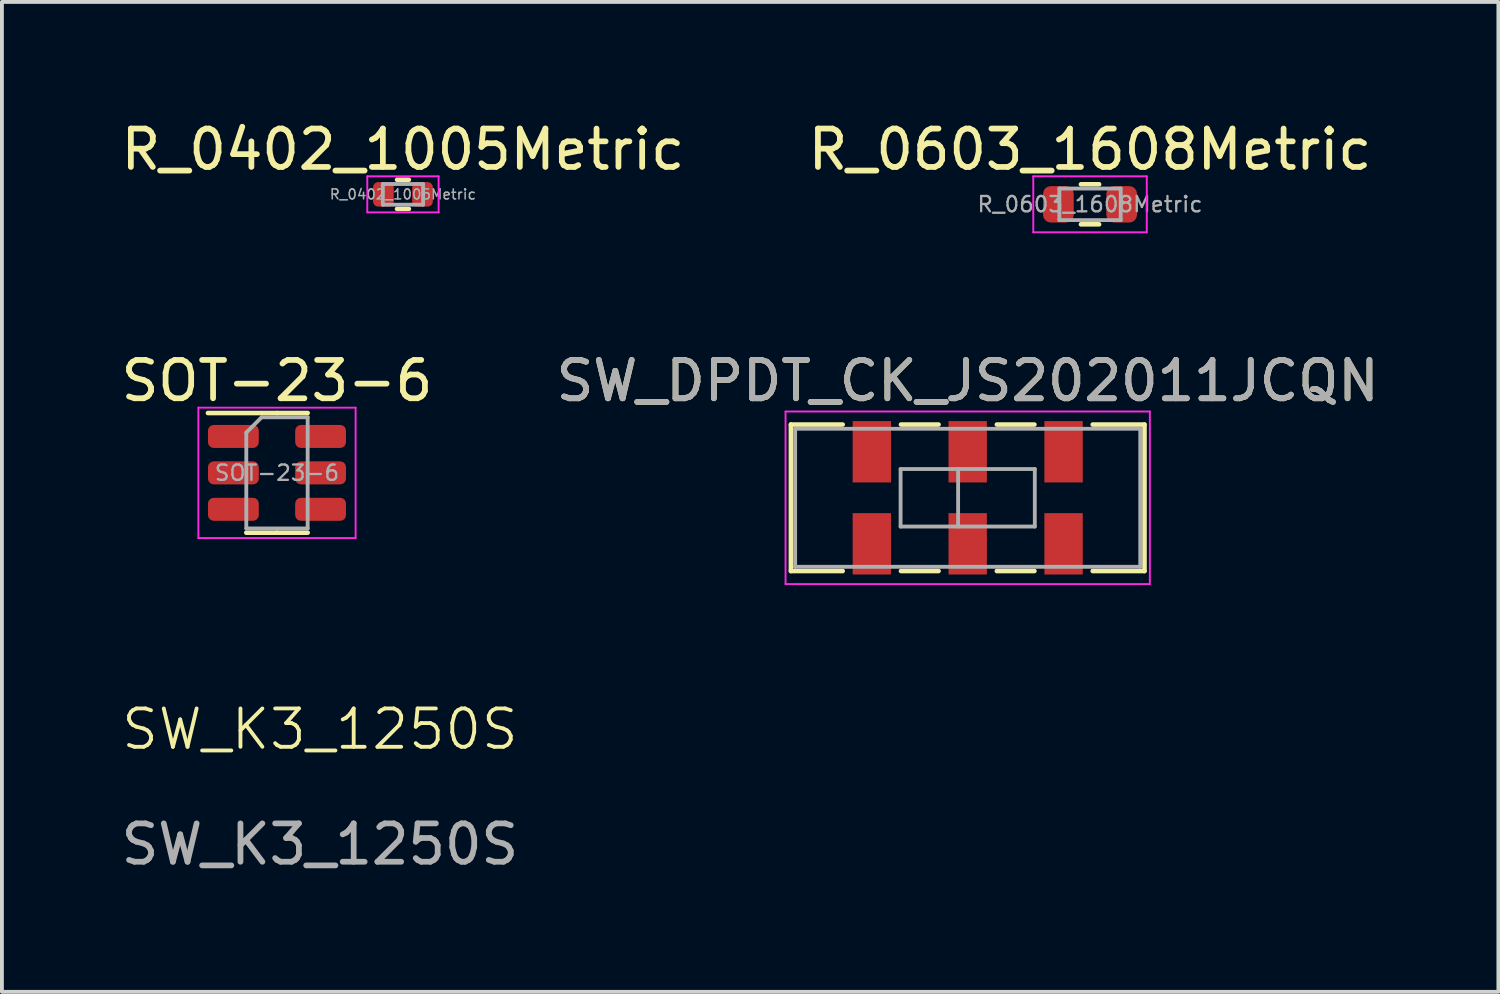
<source format=kicad_pcb>
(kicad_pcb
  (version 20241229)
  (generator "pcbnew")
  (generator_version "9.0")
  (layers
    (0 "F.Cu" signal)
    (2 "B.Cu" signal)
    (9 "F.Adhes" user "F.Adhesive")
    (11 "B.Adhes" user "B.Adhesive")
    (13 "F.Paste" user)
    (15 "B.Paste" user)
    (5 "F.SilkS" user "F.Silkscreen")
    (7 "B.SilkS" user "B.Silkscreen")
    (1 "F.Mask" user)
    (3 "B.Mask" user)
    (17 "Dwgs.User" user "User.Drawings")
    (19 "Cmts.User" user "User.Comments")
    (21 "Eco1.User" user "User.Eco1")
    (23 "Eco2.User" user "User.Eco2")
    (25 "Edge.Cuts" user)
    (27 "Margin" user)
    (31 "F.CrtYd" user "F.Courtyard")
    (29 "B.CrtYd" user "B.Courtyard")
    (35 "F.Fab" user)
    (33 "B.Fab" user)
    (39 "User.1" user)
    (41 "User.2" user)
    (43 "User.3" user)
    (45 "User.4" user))
  (footprint "R_0402_1005Metric"
    (layer "F.Cu")
    (at 7.458 2.018)
    (property "Reference" "R_0402_1005Metric" (at 0 -1.17 0) (layer "F.SilkS") (effects (font (size 1 1) (thickness 0.15))))
    (attr smd)
    (fp_line (start -0.154 -0.38) (end 0.154 -0.38) (stroke (width 0.12) (type solid)) (layer "F.SilkS"))
    (fp_line (start -0.154 0.38) (end 0.154 0.38) (stroke (width 0.12) (type solid)) (layer "F.SilkS"))
    (fp_line (start -0.93 -0.47) (end 0.93 -0.47) (stroke (width 0.05) (type solid)) (layer "F.CrtYd"))
    (fp_line (start -0.93 0.47) (end -0.93 -0.47) (stroke (width 0.05) (type solid)) (layer "F.CrtYd"))
    (fp_line (start 0.93 -0.47) (end 0.93 0.47) (stroke (width 0.05) (type solid)) (layer "F.CrtYd"))
    (fp_line (start 0.93 0.47) (end -0.93 0.47) (stroke (width 0.05) (type solid)) (layer "F.CrtYd"))
    (fp_line (start -0.525 -0.27) (end 0.525 -0.27) (stroke (width 0.1) (type solid)) (layer "F.Fab"))
    (fp_line (start -0.525 0.27) (end -0.525 -0.27) (stroke (width 0.1) (type solid)) (layer "F.Fab"))
    (fp_line (start 0.525 -0.27) (end 0.525 0.27) (stroke (width 0.1) (type solid)) (layer "F.Fab"))
    (fp_line (start 0.525 0.27) (end -0.525 0.27) (stroke (width 0.1) (type solid)) (layer "F.Fab"))
    (fp_text user "${REFERENCE}" (at 0 0 0) (layer "F.Fab") (effects (font (size 0.26 0.26) (thickness 0.04))))
    (pad "1" smd roundrect (at -0.51 0) (size 0.54 0.64) (layers "F.Cu" "F.Mask" "F.Paste") (roundrect_rratio 0.25))
    (pad "2" smd roundrect (at 0.51 0) (size 0.54 0.64) (layers "F.Cu" "F.Mask" "F.Paste") (roundrect_rratio 0.25)))
  (footprint "SW_K3_1250S"
    (layer "F.Cu")
    (at 5.292 16.467)
    (property "Reference" "SW_K3_1250S" (at 0 -0.5 0) (unlocked yes) (layer "F.SilkS") (effects (font (size 1 1) (thickness 0.1))))
    (attr smd)
    (fp_text user "${REFERENCE}" (at 0 2.5 0) (unlocked yes) (layer "F.Fab") (effects (font (size 1 1) (thickness 0.15)))))
  (footprint "SOT-23-6"
    (layer "F.Cu")
    (at 4.173 9.281)
    (property "Reference" "SOT-23-6" (at 0 -2.4 0) (layer "F.SilkS") (effects (font (size 1 1) (thickness 0.15))))
    (attr smd)
    (fp_line (start 0 -1.56) (end -1.8 -1.56) (stroke (width 0.12) (type solid)) (layer "F.SilkS"))
    (fp_line (start 0 -1.56) (end 0.8 -1.56) (stroke (width 0.12) (type solid)) (layer "F.SilkS"))
    (fp_line (start 0 1.56) (end -0.8 1.56) (stroke (width 0.12) (type solid)) (layer "F.SilkS"))
    (fp_line (start 0 1.56) (end 0.8 1.56) (stroke (width 0.12) (type solid)) (layer "F.SilkS"))
    (fp_line (start -2.05 -1.7) (end -2.05 1.7) (stroke (width 0.05) (type solid)) (layer "F.CrtYd"))
    (fp_line (start -2.05 1.7) (end 2.05 1.7) (stroke (width 0.05) (type solid)) (layer "F.CrtYd"))
    (fp_line (start 2.05 -1.7) (end -2.05 -1.7) (stroke (width 0.05) (type solid)) (layer "F.CrtYd"))
    (fp_line (start 2.05 1.7) (end 2.05 -1.7) (stroke (width 0.05) (type solid)) (layer "F.CrtYd"))
    (fp_line (start -0.8 -1.05) (end -0.4 -1.45) (stroke (width 0.1) (type solid)) (layer "F.Fab"))
    (fp_line (start -0.8 1.45) (end -0.8 -1.05) (stroke (width 0.1) (type solid)) (layer "F.Fab"))
    (fp_line (start -0.4 -1.45) (end 0.8 -1.45) (stroke (width 0.1) (type solid)) (layer "F.Fab"))
    (fp_line (start 0.8 -1.45) (end 0.8 1.45) (stroke (width 0.1) (type solid)) (layer "F.Fab"))
    (fp_line (start 0.8 1.45) (end -0.8 1.45) (stroke (width 0.1) (type solid)) (layer "F.Fab"))
    (fp_text user "${REFERENCE}" (at 0 0 0) (layer "F.Fab") (effects (font (size 0.4 0.4) (thickness 0.06))))
    (pad "1" smd roundrect (at -1.137 -0.95 180) (size 1.325 0.6) (layers "F.Cu" "F.Mask" "F.Paste") (roundrect_rratio 0.25))
    (pad "2" smd roundrect (at -1.137 0 180) (size 1.325 0.6) (layers "F.Cu" "F.Mask" "F.Paste") (roundrect_rratio 0.25))
    (pad "3" smd roundrect (at -1.137 0.95 180) (size 1.325 0.6) (layers "F.Cu" "F.Mask" "F.Paste") (roundrect_rratio 0.25))
    (pad "4" smd roundrect (at 1.137 0.95 180) (size 1.325 0.6) (layers "F.Cu" "F.Mask" "F.Paste") (roundrect_rratio 0.25))
    (pad "5" smd roundrect (at 1.137 0 180) (size 1.325 0.6) (layers "F.Cu" "F.Mask" "F.Paste") (roundrect_rratio 0.25))
    (pad "6" smd roundrect (at 1.137 -0.95 180) (size 1.325 0.6) (layers "F.Cu" "F.Mask" "F.Paste") (roundrect_rratio 0.25)))
  (footprint "R_0603_1608Metric"
    (layer "F.Cu")
    (at 25.375 2.278)
    (property "Reference" "R_0603_1608Metric" (at 0 -1.43 0) (layer "F.SilkS") (effects (font (size 1 1) (thickness 0.15))))
    (attr smd)
    (fp_line (start -0.237 -0.522) (end 0.237 -0.522) (stroke (width 0.12) (type solid)) (layer "F.SilkS"))
    (fp_line (start -0.237 0.522) (end 0.237 0.522) (stroke (width 0.12) (type solid)) (layer "F.SilkS"))
    (fp_line (start -1.48 -0.73) (end 1.48 -0.73) (stroke (width 0.05) (type solid)) (layer "F.CrtYd"))
    (fp_line (start -1.48 0.73) (end -1.48 -0.73) (stroke (width 0.05) (type solid)) (layer "F.CrtYd"))
    (fp_line (start 1.48 -0.73) (end 1.48 0.73) (stroke (width 0.05) (type solid)) (layer "F.CrtYd"))
    (fp_line (start 1.48 0.73) (end -1.48 0.73) (stroke (width 0.05) (type solid)) (layer "F.CrtYd"))
    (fp_line (start -0.8 -0.412) (end 0.8 -0.412) (stroke (width 0.1) (type solid)) (layer "F.Fab"))
    (fp_line (start -0.8 0.412) (end -0.8 -0.412) (stroke (width 0.1) (type solid)) (layer "F.Fab"))
    (fp_line (start 0.8 -0.412) (end 0.8 0.412) (stroke (width 0.1) (type solid)) (layer "F.Fab"))
    (fp_line (start 0.8 0.412) (end -0.8 0.412) (stroke (width 0.1) (type solid)) (layer "F.Fab"))
    (fp_text user "${REFERENCE}" (at 0 0 0) (layer "F.Fab") (effects (font (size 0.4 0.4) (thickness 0.06))))
    (pad "1" smd roundrect (at -0.825 0 180) (size 0.8 0.95) (layers "F.Cu" "F.Mask" "F.Paste") (roundrect_rratio 0.25))
    (pad "2" smd roundrect (at 0.825 0 180) (size 0.8 0.95) (layers "F.Cu" "F.Mask" "F.Paste") (roundrect_rratio 0.25)))
  (footprint "SW_DPDT_CK_JS202011JCQN"
    (layer "F.Cu")
    (at 22.185 9.931)
    (property "Reference" "SW_DPDT_CK_JS202011JCQN" (at 0 -3.05 0) (layer "F.SilkS") (effects (font (size 1 1) (thickness 0.15))))
    (attr smd)
    (fp_line (start -4.61 -1.91) (end -4.61 1.91) (stroke (width 0.12) (type solid)) (layer "F.SilkS"))
    (fp_line (start -4.61 1.91) (end -3.26 1.91) (stroke (width 0.12) (type solid)) (layer "F.SilkS"))
    (fp_line (start -3.26 -1.91) (end -4.61 -1.91) (stroke (width 0.12) (type solid)) (layer "F.SilkS"))
    (fp_line (start -0.76 -1.91) (end -1.74 -1.91) (stroke (width 0.12) (type solid)) (layer "F.SilkS"))
    (fp_line (start -0.76 1.91) (end -1.74 1.91) (stroke (width 0.12) (type solid)) (layer "F.SilkS"))
    (fp_line (start 1.74 -1.91) (end 0.76 -1.91) (stroke (width 0.12) (type solid)) (layer "F.SilkS"))
    (fp_line (start 1.74 1.91) (end 0.76 1.91) (stroke (width 0.12) (type solid)) (layer "F.SilkS"))
    (fp_line (start 4.61 -1.91) (end 3.26 -1.91) (stroke (width 0.12) (type solid)) (layer "F.SilkS"))
    (fp_line (start 4.61 -1.91) (end 4.61 1.91) (stroke (width 0.12) (type solid)) (layer "F.SilkS"))
    (fp_line (start 4.61 1.91) (end 3.26 1.91) (stroke (width 0.12) (type solid)) (layer "F.SilkS"))
    (fp_line (start -4.75 -2.25) (end -4.75 2.25) (stroke (width 0.05) (type solid)) (layer "F.CrtYd"))
    (fp_line (start -4.75 -2.25) (end 4.75 -2.25) (stroke (width 0.05) (type solid)) (layer "F.CrtYd"))
    (fp_line (start 4.75 -2.25) (end 4.75 2.25) (stroke (width 0.05) (type solid)) (layer "F.CrtYd"))
    (fp_line (start 4.75 2.25) (end -4.75 2.25) (stroke (width 0.05) (type solid)) (layer "F.CrtYd"))
    (fp_line (start -4.5 -1.8) (end 4.5 -1.8) (stroke (width 0.1) (type solid)) (layer "F.Fab"))
    (fp_line (start -4.5 1.8) (end -4.5 -1.8) (stroke (width 0.1) (type solid)) (layer "F.Fab"))
    (fp_line (start -1.75 -0.75) (end -1.75 0.75) (stroke (width 0.1) (type solid)) (layer "F.Fab"))
    (fp_line (start -1.75 -0.75) (end 1.75 -0.75) (stroke (width 0.1) (type solid)) (layer "F.Fab"))
    (fp_line (start -0.25 -0.75) (end -0.25 0.75) (stroke (width 0.1) (type solid)) (layer "F.Fab"))
    (fp_line (start 1.75 -0.75) (end 1.75 0.75) (stroke (width 0.1) (type solid)) (layer "F.Fab"))
    (fp_line (start 1.75 0.75) (end -1.75 0.75) (stroke (width 0.1) (type solid)) (layer "F.Fab"))
    (fp_line (start 4.5 -1.8) (end 4.5 1.8) (stroke (width 0.1) (type solid)) (layer "F.Fab"))
    (fp_line (start 4.5 1.8) (end -4.5 1.8) (stroke (width 0.1) (type solid)) (layer "F.Fab"))
    (fp_text user "${REFERENCE}" (at 0 -3.05 0) (layer "F.Fab") (effects (font (size 1 1) (thickness 0.15))))
    (pad "1" smd rect (at -2.5 -1.2) (size 1 1.6) (layers "F.Cu" "F.Mask" "F.Paste"))
    (pad "2" smd rect (at 0 -1.2) (size 1 1.6) (layers "F.Cu" "F.Mask" "F.Paste"))
    (pad "3" smd rect (at 2.5 -1.2) (size 1 1.6) (layers "F.Cu" "F.Mask" "F.Paste"))
    (pad "4" smd rect (at -2.5 1.2) (size 1 1.6) (layers "F.Cu" "F.Mask" "F.Paste"))
    (pad "5" smd rect (at 0 1.2) (size 1 1.6) (layers "F.Cu" "F.Mask" "F.Paste"))
    (pad "6" smd rect (at 2.5 1.2) (size 1 1.6) (layers "F.Cu" "F.Mask" "F.Paste")))
  (gr_rect
    (start -3 -3)
    (end 36.024 22.815)
    (stroke (width 0.1) (type default))
    (fill no)
    (layer "Edge.Cuts")))
</source>
